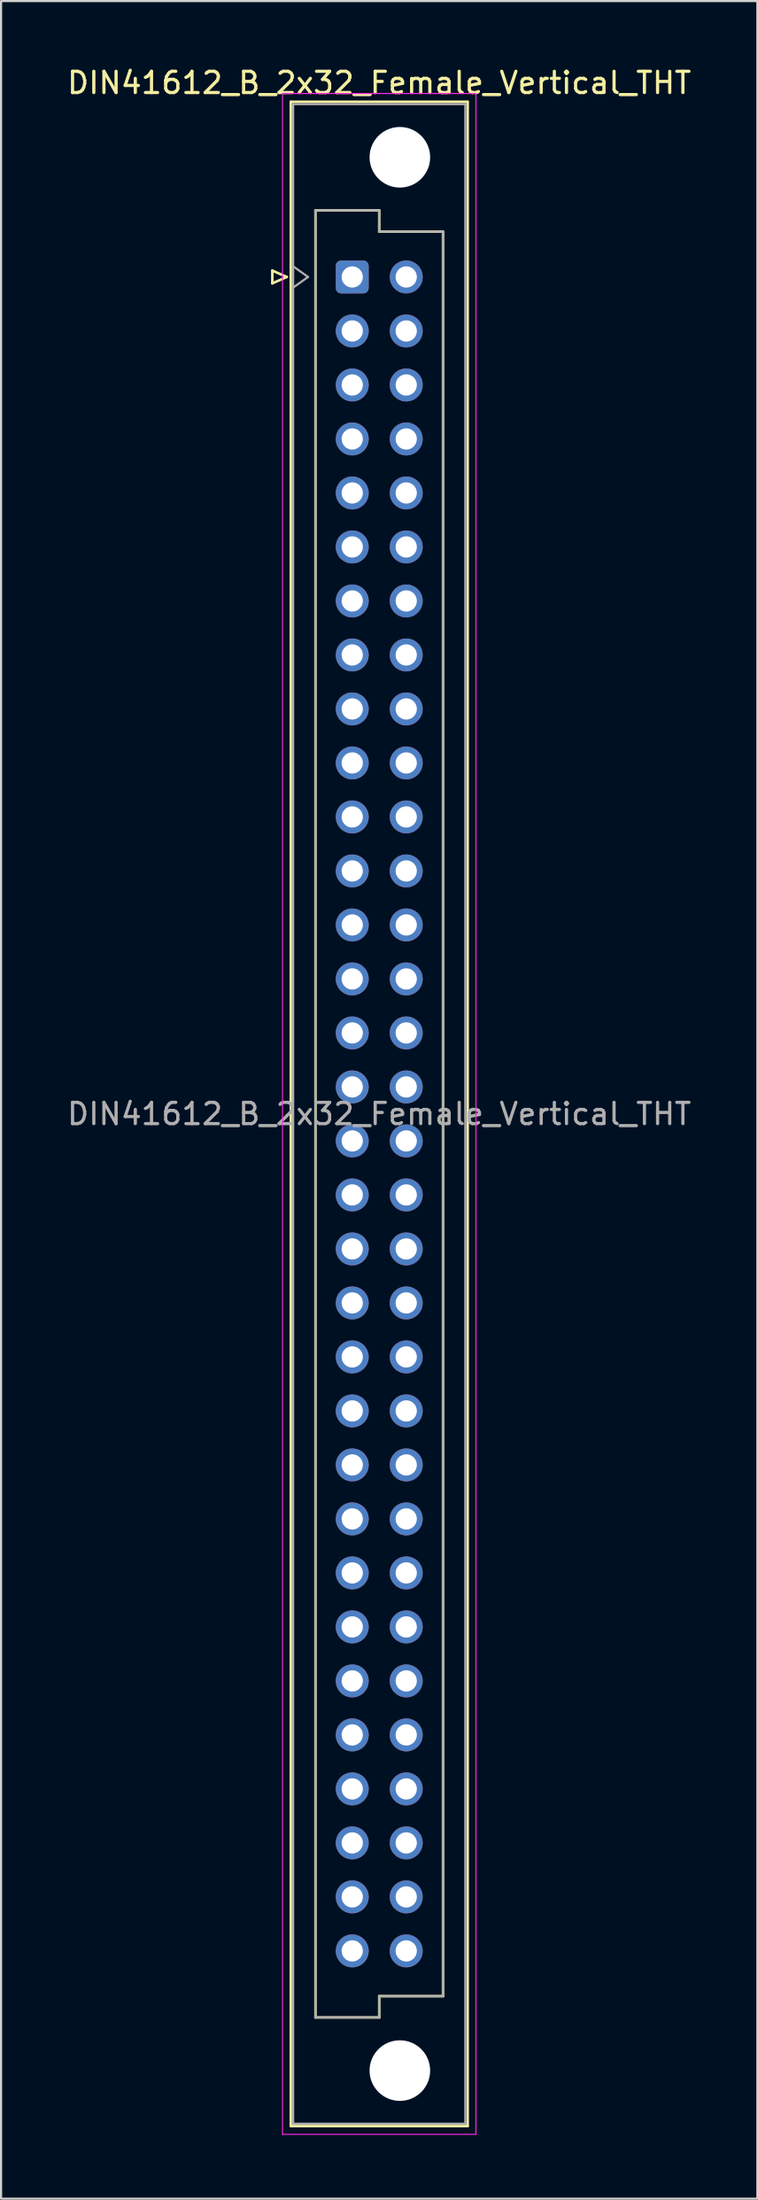
<source format=kicad_pcb>
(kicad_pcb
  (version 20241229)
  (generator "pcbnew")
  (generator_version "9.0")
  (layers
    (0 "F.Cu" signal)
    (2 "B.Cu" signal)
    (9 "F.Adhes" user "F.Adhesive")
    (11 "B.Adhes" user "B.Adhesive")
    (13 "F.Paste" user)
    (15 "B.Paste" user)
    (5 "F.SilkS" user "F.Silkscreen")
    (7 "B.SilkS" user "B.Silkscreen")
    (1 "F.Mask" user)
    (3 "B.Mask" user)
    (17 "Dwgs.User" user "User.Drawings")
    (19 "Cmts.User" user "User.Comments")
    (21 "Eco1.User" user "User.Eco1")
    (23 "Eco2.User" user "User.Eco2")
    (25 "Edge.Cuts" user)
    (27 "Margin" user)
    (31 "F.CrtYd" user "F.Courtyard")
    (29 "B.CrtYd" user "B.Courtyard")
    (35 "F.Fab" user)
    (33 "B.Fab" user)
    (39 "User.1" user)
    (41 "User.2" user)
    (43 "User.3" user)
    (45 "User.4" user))
  (footprint "DIN41612_B_2x32_Female_Vertical_THT"
    (layer "F.Cu")
    (at 13.522 9.978)
    (property "Reference" "DIN41612_B_2x32_Female_Vertical_THT" (at 1.27 -9.13 0) (layer "F.SilkS") (effects (font (size 1 1) (thickness 0.15))))
    (attr through_hole)
    (fp_line (start -3.76 -0.3) (end -3.76 0.3) (stroke (width 0.12) (type solid)) (layer "F.SilkS"))
    (fp_line (start -3.76 0.3) (end -3.08 0) (stroke (width 0.12) (type solid)) (layer "F.SilkS"))
    (fp_line (start -3.08 0) (end -3.76 -0.3) (stroke (width 0.12) (type solid)) (layer "F.SilkS"))
    (fp_line (start -2.89 -8.24) (end 5.43 -8.24) (stroke (width 0.12) (type solid)) (layer "F.SilkS"))
    (fp_line (start -2.89 86.98) (end -2.89 -8.24) (stroke (width 0.12) (type solid)) (layer "F.SilkS"))
    (fp_line (start -1.73 -3.13) (end 1.27 -3.13) (stroke (width 0.12) (type solid)) (layer "F.SilkS"))
    (fp_line (start -1.73 81.87) (end -1.73 -3.13) (stroke (width 0.12) (type solid)) (layer "F.SilkS"))
    (fp_line (start 1.27 -3.13) (end 1.27 -2.13) (stroke (width 0.12) (type solid)) (layer "F.SilkS"))
    (fp_line (start 1.27 -2.13) (end 4.27 -2.13) (stroke (width 0.12) (type solid)) (layer "F.SilkS"))
    (fp_line (start 1.27 80.87) (end 1.27 81.87) (stroke (width 0.12) (type solid)) (layer "F.SilkS"))
    (fp_line (start 1.27 81.87) (end -1.73 81.87) (stroke (width 0.12) (type solid)) (layer "F.SilkS"))
    (fp_line (start 4.27 -2.13) (end 4.27 80.87) (stroke (width 0.12) (type solid)) (layer "F.SilkS"))
    (fp_line (start 4.27 80.87) (end 1.27 80.87) (stroke (width 0.12) (type solid)) (layer "F.SilkS"))
    (fp_line (start 5.43 -8.24) (end 5.43 86.98) (stroke (width 0.12) (type solid)) (layer "F.SilkS"))
    (fp_line (start 5.43 86.98) (end -2.89 86.98) (stroke (width 0.12) (type solid)) (layer "F.SilkS"))
    (fp_line (start -3.28 -8.63) (end 5.82 -8.63) (stroke (width 0.05) (type solid)) (layer "F.CrtYd"))
    (fp_line (start -3.28 87.37) (end -3.28 -8.63) (stroke (width 0.05) (type solid)) (layer "F.CrtYd"))
    (fp_line (start 5.82 -8.63) (end 5.82 87.37) (stroke (width 0.05) (type solid)) (layer "F.CrtYd"))
    (fp_line (start 5.82 87.37) (end -3.28 87.37) (stroke (width 0.05) (type solid)) (layer "F.CrtYd"))
    (fp_line (start -2.78 -8.13) (end 5.32 -8.13) (stroke (width 0.1) (type solid)) (layer "F.Fab"))
    (fp_line (start -2.78 -0.5) (end -2.08 0) (stroke (width 0.1) (type solid)) (layer "F.Fab"))
    (fp_line (start -2.78 86.87) (end -2.78 -8.13) (stroke (width 0.1) (type solid)) (layer "F.Fab"))
    (fp_line (start -2.08 0) (end -2.78 0.5) (stroke (width 0.1) (type solid)) (layer "F.Fab"))
    (fp_line (start -1.73 -3.13) (end 1.27 -3.13) (stroke (width 0.1) (type solid)) (layer "F.Fab"))
    (fp_line (start -1.73 81.87) (end -1.73 -3.13) (stroke (width 0.1) (type solid)) (layer "F.Fab"))
    (fp_line (start 1.27 -3.13) (end 1.27 -2.13) (stroke (width 0.1) (type solid)) (layer "F.Fab"))
    (fp_line (start 1.27 -2.13) (end 4.27 -2.13) (stroke (width 0.1) (type solid)) (layer "F.Fab"))
    (fp_line (start 1.27 80.87) (end 1.27 81.87) (stroke (width 0.1) (type solid)) (layer "F.Fab"))
    (fp_line (start 1.27 81.87) (end -1.73 81.87) (stroke (width 0.1) (type solid)) (layer "F.Fab"))
    (fp_line (start 4.27 -2.13) (end 4.27 80.87) (stroke (width 0.1) (type solid)) (layer "F.Fab"))
    (fp_line (start 4.27 80.87) (end 1.27 80.87) (stroke (width 0.1) (type solid)) (layer "F.Fab"))
    (fp_line (start 5.32 -8.13) (end 5.32 86.87) (stroke (width 0.1) (type solid)) (layer "F.Fab"))
    (fp_line (start 5.32 86.87) (end -2.78 86.87) (stroke (width 0.1) (type solid)) (layer "F.Fab"))
    (fp_text user "${REFERENCE}" (at 1.27 39.37 0) (layer "F.Fab") (effects (font (size 1 1) (thickness 0.15))))
    (pad "" np_thru_hole circle (at 2.24 -5.63) (size 2.85 2.85) (drill 2.85) (layers "*.Cu" "*.Mask"))
    (pad "" np_thru_hole circle (at 2.24 84.37) (size 2.85 2.85) (drill 2.85) (layers "*.Cu" "*.Mask"))
    (pad "a1" thru_hole roundrect (at 0 0) (size 1.55 1.55) (drill 1) (layers "*.Cu" "*.Mask") (roundrect_rratio 0.161))
    (pad "a2" thru_hole circle (at 0 2.54) (size 1.55 1.55) (drill 1) (layers "*.Cu" "*.Mask"))
    (pad "a3" thru_hole circle (at 0 5.08) (size 1.55 1.55) (drill 1) (layers "*.Cu" "*.Mask"))
    (pad "a4" thru_hole circle (at 0 7.62) (size 1.55 1.55) (drill 1) (layers "*.Cu" "*.Mask"))
    (pad "a5" thru_hole circle (at 0 10.16) (size 1.55 1.55) (drill 1) (layers "*.Cu" "*.Mask"))
    (pad "a6" thru_hole circle (at 0 12.7) (size 1.55 1.55) (drill 1) (layers "*.Cu" "*.Mask"))
    (pad "a7" thru_hole circle (at 0 15.24) (size 1.55 1.55) (drill 1) (layers "*.Cu" "*.Mask"))
    (pad "a8" thru_hole circle (at 0 17.78) (size 1.55 1.55) (drill 1) (layers "*.Cu" "*.Mask"))
    (pad "a9" thru_hole circle (at 0 20.32) (size 1.55 1.55) (drill 1) (layers "*.Cu" "*.Mask"))
    (pad "a10" thru_hole circle (at 0 22.86) (size 1.55 1.55) (drill 1) (layers "*.Cu" "*.Mask"))
    (pad "a11" thru_hole circle (at 0 25.4) (size 1.55 1.55) (drill 1) (layers "*.Cu" "*.Mask"))
    (pad "a12" thru_hole circle (at 0 27.94) (size 1.55 1.55) (drill 1) (layers "*.Cu" "*.Mask"))
    (pad "a13" thru_hole circle (at 0 30.48) (size 1.55 1.55) (drill 1) (layers "*.Cu" "*.Mask"))
    (pad "a14" thru_hole circle (at 0 33.02) (size 1.55 1.55) (drill 1) (layers "*.Cu" "*.Mask"))
    (pad "a15" thru_hole circle (at 0 35.56) (size 1.55 1.55) (drill 1) (layers "*.Cu" "*.Mask"))
    (pad "a16" thru_hole circle (at 0 38.1) (size 1.55 1.55) (drill 1) (layers "*.Cu" "*.Mask"))
    (pad "a17" thru_hole circle (at 0 40.64) (size 1.55 1.55) (drill 1) (layers "*.Cu" "*.Mask"))
    (pad "a18" thru_hole circle (at 0 43.18) (size 1.55 1.55) (drill 1) (layers "*.Cu" "*.Mask"))
    (pad "a19" thru_hole circle (at 0 45.72) (size 1.55 1.55) (drill 1) (layers "*.Cu" "*.Mask"))
    (pad "a20" thru_hole circle (at 0 48.26) (size 1.55 1.55) (drill 1) (layers "*.Cu" "*.Mask"))
    (pad "a21" thru_hole circle (at 0 50.8) (size 1.55 1.55) (drill 1) (layers "*.Cu" "*.Mask"))
    (pad "a22" thru_hole circle (at 0 53.34) (size 1.55 1.55) (drill 1) (layers "*.Cu" "*.Mask"))
    (pad "a23" thru_hole circle (at 0 55.88) (size 1.55 1.55) (drill 1) (layers "*.Cu" "*.Mask"))
    (pad "a24" thru_hole circle (at 0 58.42) (size 1.55 1.55) (drill 1) (layers "*.Cu" "*.Mask"))
    (pad "a25" thru_hole circle (at 0 60.96) (size 1.55 1.55) (drill 1) (layers "*.Cu" "*.Mask"))
    (pad "a26" thru_hole circle (at 0 63.5) (size 1.55 1.55) (drill 1) (layers "*.Cu" "*.Mask"))
    (pad "a27" thru_hole circle (at 0 66.04) (size 1.55 1.55) (drill 1) (layers "*.Cu" "*.Mask"))
    (pad "a28" thru_hole circle (at 0 68.58) (size 1.55 1.55) (drill 1) (layers "*.Cu" "*.Mask"))
    (pad "a29" thru_hole circle (at 0 71.12) (size 1.55 1.55) (drill 1) (layers "*.Cu" "*.Mask"))
    (pad "a30" thru_hole circle (at 0 73.66) (size 1.55 1.55) (drill 1) (layers "*.Cu" "*.Mask"))
    (pad "a31" thru_hole circle (at 0 76.2) (size 1.55 1.55) (drill 1) (layers "*.Cu" "*.Mask"))
    (pad "a32" thru_hole circle (at 0 78.74) (size 1.55 1.55) (drill 1) (layers "*.Cu" "*.Mask"))
    (pad "b1" thru_hole circle (at 2.54 0) (size 1.55 1.55) (drill 1) (layers "*.Cu" "*.Mask"))
    (pad "b2" thru_hole circle (at 2.54 2.54) (size 1.55 1.55) (drill 1) (layers "*.Cu" "*.Mask"))
    (pad "b3" thru_hole circle (at 2.54 5.08) (size 1.55 1.55) (drill 1) (layers "*.Cu" "*.Mask"))
    (pad "b4" thru_hole circle (at 2.54 7.62) (size 1.55 1.55) (drill 1) (layers "*.Cu" "*.Mask"))
    (pad "b5" thru_hole circle (at 2.54 10.16) (size 1.55 1.55) (drill 1) (layers "*.Cu" "*.Mask"))
    (pad "b6" thru_hole circle (at 2.54 12.7) (size 1.55 1.55) (drill 1) (layers "*.Cu" "*.Mask"))
    (pad "b7" thru_hole circle (at 2.54 15.24) (size 1.55 1.55) (drill 1) (layers "*.Cu" "*.Mask"))
    (pad "b8" thru_hole circle (at 2.54 17.78) (size 1.55 1.55) (drill 1) (layers "*.Cu" "*.Mask"))
    (pad "b9" thru_hole circle (at 2.54 20.32) (size 1.55 1.55) (drill 1) (layers "*.Cu" "*.Mask"))
    (pad "b10" thru_hole circle (at 2.54 22.86) (size 1.55 1.55) (drill 1) (layers "*.Cu" "*.Mask"))
    (pad "b11" thru_hole circle (at 2.54 25.4) (size 1.55 1.55) (drill 1) (layers "*.Cu" "*.Mask"))
    (pad "b12" thru_hole circle (at 2.54 27.94) (size 1.55 1.55) (drill 1) (layers "*.Cu" "*.Mask"))
    (pad "b13" thru_hole circle (at 2.54 30.48) (size 1.55 1.55) (drill 1) (layers "*.Cu" "*.Mask"))
    (pad "b14" thru_hole circle (at 2.54 33.02) (size 1.55 1.55) (drill 1) (layers "*.Cu" "*.Mask"))
    (pad "b15" thru_hole circle (at 2.54 35.56) (size 1.55 1.55) (drill 1) (layers "*.Cu" "*.Mask"))
    (pad "b16" thru_hole circle (at 2.54 38.1) (size 1.55 1.55) (drill 1) (layers "*.Cu" "*.Mask"))
    (pad "b17" thru_hole circle (at 2.54 40.64) (size 1.55 1.55) (drill 1) (layers "*.Cu" "*.Mask"))
    (pad "b18" thru_hole circle (at 2.54 43.18) (size 1.55 1.55) (drill 1) (layers "*.Cu" "*.Mask"))
    (pad "b19" thru_hole circle (at 2.54 45.72) (size 1.55 1.55) (drill 1) (layers "*.Cu" "*.Mask"))
    (pad "b20" thru_hole circle (at 2.54 48.26) (size 1.55 1.55) (drill 1) (layers "*.Cu" "*.Mask"))
    (pad "b21" thru_hole circle (at 2.54 50.8) (size 1.55 1.55) (drill 1) (layers "*.Cu" "*.Mask"))
    (pad "b22" thru_hole circle (at 2.54 53.34) (size 1.55 1.55) (drill 1) (layers "*.Cu" "*.Mask"))
    (pad "b23" thru_hole circle (at 2.54 55.88) (size 1.55 1.55) (drill 1) (layers "*.Cu" "*.Mask"))
    (pad "b24" thru_hole circle (at 2.54 58.42) (size 1.55 1.55) (drill 1) (layers "*.Cu" "*.Mask"))
    (pad "b25" thru_hole circle (at 2.54 60.96) (size 1.55 1.55) (drill 1) (layers "*.Cu" "*.Mask"))
    (pad "b26" thru_hole circle (at 2.54 63.5) (size 1.55 1.55) (drill 1) (layers "*.Cu" "*.Mask"))
    (pad "b27" thru_hole circle (at 2.54 66.04) (size 1.55 1.55) (drill 1) (layers "*.Cu" "*.Mask"))
    (pad "b28" thru_hole circle (at 2.54 68.58) (size 1.55 1.55) (drill 1) (layers "*.Cu" "*.Mask"))
    (pad "b29" thru_hole circle (at 2.54 71.12) (size 1.55 1.55) (drill 1) (layers "*.Cu" "*.Mask"))
    (pad "b30" thru_hole circle (at 2.54 73.66) (size 1.55 1.55) (drill 1) (layers "*.Cu" "*.Mask"))
    (pad "b31" thru_hole circle (at 2.54 76.2) (size 1.55 1.55) (drill 1) (layers "*.Cu" "*.Mask"))
    (pad "b32" thru_hole circle (at 2.54 78.74) (size 1.55 1.55) (drill 1) (layers "*.Cu" "*.Mask")))
  (gr_rect
    (start -3 -3)
    (end 32.583 100.373)
    (stroke (width 0.1) (type default))
    (fill no)
    (layer "Edge.Cuts")))
</source>
